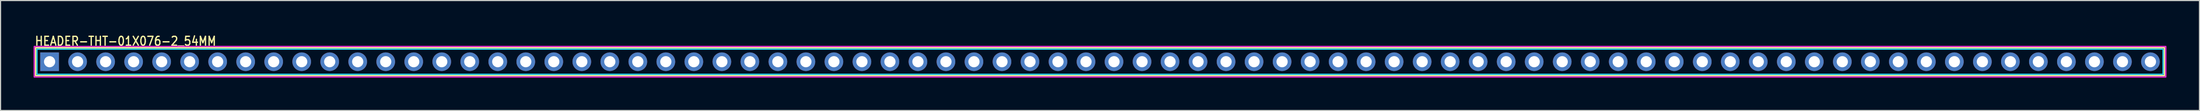
<source format=kicad_pcb>
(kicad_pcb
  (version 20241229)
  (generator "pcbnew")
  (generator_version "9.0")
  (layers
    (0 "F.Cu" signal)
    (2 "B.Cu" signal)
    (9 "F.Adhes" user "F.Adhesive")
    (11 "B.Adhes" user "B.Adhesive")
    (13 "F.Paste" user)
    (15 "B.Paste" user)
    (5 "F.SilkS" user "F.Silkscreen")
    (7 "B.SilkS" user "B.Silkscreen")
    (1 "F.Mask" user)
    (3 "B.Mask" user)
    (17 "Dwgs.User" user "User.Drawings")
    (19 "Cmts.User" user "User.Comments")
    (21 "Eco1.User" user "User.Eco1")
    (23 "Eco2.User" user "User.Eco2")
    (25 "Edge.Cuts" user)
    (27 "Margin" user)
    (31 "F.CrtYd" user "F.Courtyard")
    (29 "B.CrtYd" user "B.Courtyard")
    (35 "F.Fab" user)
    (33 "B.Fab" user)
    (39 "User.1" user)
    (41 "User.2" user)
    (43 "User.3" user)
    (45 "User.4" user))
  (footprint "HEADER-THT-01X076-2_54MM"
    (layer "F.Cu")
    (at 1.447 2.579)
    (property "Reference" "HEADER-THT-01X076-2_54MM" (at -1.4 -1.4 0) (unlocked yes) (layer "F.SilkS") (effects (font (size 0.813 0.695) (thickness 0.122)) (justify left bottom)))
    (fp_line (start -1.27 -1.27) (end -1.27 1.27) (stroke (width 0.127) (type solid)) (layer "F.SilkS"))
    (fp_line (start -1.27 1.27) (end 191.77 1.27) (stroke (width 0.127) (type solid)) (layer "F.SilkS"))
    (fp_line (start 191.77 -1.27) (end -1.27 -1.27) (stroke (width 0.127) (type solid)) (layer "F.SilkS"))
    (fp_line (start 191.77 1.27) (end 191.77 -1.27) (stroke (width 0.127) (type solid)) (layer "F.SilkS"))
    (fp_poly (pts (xy -1.143 -1.143) (xy 191.643 -1.143) (xy 191.643 1.143) (xy -1.143 1.143)) (stroke (width 0.1) (type solid)) (fill no) (layer "B.CrtYd"))
    (fp_poly (pts (xy -1.397 -1.397) (xy 191.897 -1.397) (xy 191.897 1.397) (xy -1.397 1.397)) (stroke (width 0.1) (type solid)) (fill no) (layer "F.CrtYd"))
    (pad "P$1" thru_hole rect (at 0 0) (size 1.693 1.693) (drill 1.016) (layers "*.Cu" "*.Mask"))
    (pad "P$2" thru_hole oval (at 2.54 0) (size 1.693 1.693) (drill 1.016) (layers "*.Cu" "*.Mask"))
    (pad "P$3" thru_hole oval (at 5.08 0) (size 1.693 1.693) (drill 1.016) (layers "*.Cu" "*.Mask"))
    (pad "P$4" thru_hole oval (at 7.62 0) (size 1.693 1.693) (drill 1.016) (layers "*.Cu" "*.Mask"))
    (pad "P$5" thru_hole oval (at 10.16 0) (size 1.693 1.693) (drill 1.016) (layers "*.Cu" "*.Mask"))
    (pad "P$6" thru_hole oval (at 12.7 0) (size 1.693 1.693) (drill 1.016) (layers "*.Cu" "*.Mask"))
    (pad "P$7" thru_hole oval (at 15.24 0) (size 1.693 1.693) (drill 1.016) (layers "*.Cu" "*.Mask"))
    (pad "P$8" thru_hole oval (at 17.78 0) (size 1.693 1.693) (drill 1.016) (layers "*.Cu" "*.Mask"))
    (pad "P$9" thru_hole oval (at 20.32 0) (size 1.693 1.693) (drill 1.016) (layers "*.Cu" "*.Mask"))
    (pad "P$10" thru_hole oval (at 22.86 0) (size 1.693 1.693) (drill 1.016) (layers "*.Cu" "*.Mask"))
    (pad "P$11" thru_hole oval (at 25.4 0) (size 1.693 1.693) (drill 1.016) (layers "*.Cu" "*.Mask"))
    (pad "P$12" thru_hole oval (at 27.94 0) (size 1.693 1.693) (drill 1.016) (layers "*.Cu" "*.Mask"))
    (pad "P$13" thru_hole oval (at 30.48 0) (size 1.693 1.693) (drill 1.016) (layers "*.Cu" "*.Mask"))
    (pad "P$14" thru_hole oval (at 33.02 0) (size 1.693 1.693) (drill 1.016) (layers "*.Cu" "*.Mask"))
    (pad "P$15" thru_hole oval (at 35.56 0) (size 1.693 1.693) (drill 1.016) (layers "*.Cu" "*.Mask"))
    (pad "P$16" thru_hole oval (at 38.1 0) (size 1.693 1.693) (drill 1.016) (layers "*.Cu" "*.Mask"))
    (pad "P$17" thru_hole oval (at 40.64 0) (size 1.693 1.693) (drill 1.016) (layers "*.Cu" "*.Mask"))
    (pad "P$18" thru_hole oval (at 43.18 0) (size 1.693 1.693) (drill 1.016) (layers "*.Cu" "*.Mask"))
    (pad "P$19" thru_hole oval (at 45.72 0) (size 1.693 1.693) (drill 1.016) (layers "*.Cu" "*.Mask"))
    (pad "P$20" thru_hole oval (at 48.26 0) (size 1.693 1.693) (drill 1.016) (layers "*.Cu" "*.Mask"))
    (pad "P$21" thru_hole oval (at 50.8 0) (size 1.693 1.693) (drill 1.016) (layers "*.Cu" "*.Mask"))
    (pad "P$22" thru_hole oval (at 53.34 0) (size 1.693 1.693) (drill 1.016) (layers "*.Cu" "*.Mask"))
    (pad "P$23" thru_hole oval (at 55.88 0) (size 1.693 1.693) (drill 1.016) (layers "*.Cu" "*.Mask"))
    (pad "P$24" thru_hole oval (at 58.42 0) (size 1.693 1.693) (drill 1.016) (layers "*.Cu" "*.Mask"))
    (pad "P$25" thru_hole oval (at 60.96 0) (size 1.693 1.693) (drill 1.016) (layers "*.Cu" "*.Mask"))
    (pad "P$26" thru_hole oval (at 63.5 0) (size 1.693 1.693) (drill 1.016) (layers "*.Cu" "*.Mask"))
    (pad "P$27" thru_hole oval (at 66.04 0) (size 1.693 1.693) (drill 1.016) (layers "*.Cu" "*.Mask"))
    (pad "P$28" thru_hole oval (at 68.58 0) (size 1.693 1.693) (drill 1.016) (layers "*.Cu" "*.Mask"))
    (pad "P$29" thru_hole oval (at 71.12 0) (size 1.693 1.693) (drill 1.016) (layers "*.Cu" "*.Mask"))
    (pad "P$30" thru_hole oval (at 73.66 0) (size 1.693 1.693) (drill 1.016) (layers "*.Cu" "*.Mask"))
    (pad "P$31" thru_hole oval (at 76.2 0) (size 1.693 1.693) (drill 1.016) (layers "*.Cu" "*.Mask"))
    (pad "P$32" thru_hole oval (at 78.74 0) (size 1.693 1.693) (drill 1.016) (layers "*.Cu" "*.Mask"))
    (pad "P$33" thru_hole oval (at 81.28 0) (size 1.693 1.693) (drill 1.016) (layers "*.Cu" "*.Mask"))
    (pad "P$34" thru_hole oval (at 83.82 0) (size 1.693 1.693) (drill 1.016) (layers "*.Cu" "*.Mask"))
    (pad "P$35" thru_hole oval (at 86.36 0) (size 1.693 1.693) (drill 1.016) (layers "*.Cu" "*.Mask"))
    (pad "P$36" thru_hole oval (at 88.9 0) (size 1.693 1.693) (drill 1.016) (layers "*.Cu" "*.Mask"))
    (pad "P$37" thru_hole oval (at 91.44 0) (size 1.693 1.693) (drill 1.016) (layers "*.Cu" "*.Mask"))
    (pad "P$38" thru_hole oval (at 93.98 0) (size 1.693 1.693) (drill 1.016) (layers "*.Cu" "*.Mask"))
    (pad "P$39" thru_hole oval (at 96.52 0) (size 1.693 1.693) (drill 1.016) (layers "*.Cu" "*.Mask"))
    (pad "P$40" thru_hole oval (at 99.06 0) (size 1.693 1.693) (drill 1.016) (layers "*.Cu" "*.Mask"))
    (pad "P$41" thru_hole oval (at 101.6 0) (size 1.693 1.693) (drill 1.016) (layers "*.Cu" "*.Mask"))
    (pad "P$42" thru_hole oval (at 104.14 0) (size 1.693 1.693) (drill 1.016) (layers "*.Cu" "*.Mask"))
    (pad "P$43" thru_hole oval (at 106.68 0) (size 1.693 1.693) (drill 1.016) (layers "*.Cu" "*.Mask"))
    (pad "P$44" thru_hole oval (at 109.22 0) (size 1.693 1.693) (drill 1.016) (layers "*.Cu" "*.Mask"))
    (pad "P$45" thru_hole oval (at 111.76 0) (size 1.693 1.693) (drill 1.016) (layers "*.Cu" "*.Mask"))
    (pad "P$46" thru_hole oval (at 114.3 0) (size 1.693 1.693) (drill 1.016) (layers "*.Cu" "*.Mask"))
    (pad "P$47" thru_hole oval (at 116.84 0) (size 1.693 1.693) (drill 1.016) (layers "*.Cu" "*.Mask"))
    (pad "P$48" thru_hole oval (at 119.38 0) (size 1.693 1.693) (drill 1.016) (layers "*.Cu" "*.Mask"))
    (pad "P$49" thru_hole oval (at 121.92 0) (size 1.693 1.693) (drill 1.016) (layers "*.Cu" "*.Mask"))
    (pad "P$50" thru_hole oval (at 124.46 0) (size 1.693 1.693) (drill 1.016) (layers "*.Cu" "*.Mask"))
    (pad "P$51" thru_hole oval (at 127 0) (size 1.693 1.693) (drill 1.016) (layers "*.Cu" "*.Mask"))
    (pad "P$52" thru_hole oval (at 129.54 0) (size 1.693 1.693) (drill 1.016) (layers "*.Cu" "*.Mask"))
    (pad "P$53" thru_hole oval (at 132.08 0) (size 1.693 1.693) (drill 1.016) (layers "*.Cu" "*.Mask"))
    (pad "P$54" thru_hole oval (at 134.62 0) (size 1.693 1.693) (drill 1.016) (layers "*.Cu" "*.Mask"))
    (pad "P$55" thru_hole oval (at 137.16 0) (size 1.693 1.693) (drill 1.016) (layers "*.Cu" "*.Mask"))
    (pad "P$56" thru_hole oval (at 139.7 0) (size 1.693 1.693) (drill 1.016) (layers "*.Cu" "*.Mask"))
    (pad "P$57" thru_hole oval (at 142.24 0) (size 1.693 1.693) (drill 1.016) (layers "*.Cu" "*.Mask"))
    (pad "P$58" thru_hole oval (at 144.78 0) (size 1.693 1.693) (drill 1.016) (layers "*.Cu" "*.Mask"))
    (pad "P$59" thru_hole oval (at 147.32 0) (size 1.693 1.693) (drill 1.016) (layers "*.Cu" "*.Mask"))
    (pad "P$60" thru_hole oval (at 149.86 0) (size 1.693 1.693) (drill 1.016) (layers "*.Cu" "*.Mask"))
    (pad "P$61" thru_hole oval (at 152.4 0) (size 1.693 1.693) (drill 1.016) (layers "*.Cu" "*.Mask"))
    (pad "P$62" thru_hole oval (at 154.94 0) (size 1.693 1.693) (drill 1.016) (layers "*.Cu" "*.Mask"))
    (pad "P$63" thru_hole oval (at 157.48 0) (size 1.693 1.693) (drill 1.016) (layers "*.Cu" "*.Mask"))
    (pad "P$64" thru_hole oval (at 160.02 0) (size 1.693 1.693) (drill 1.016) (layers "*.Cu" "*.Mask"))
    (pad "P$65" thru_hole oval (at 162.56 0) (size 1.693 1.693) (drill 1.016) (layers "*.Cu" "*.Mask"))
    (pad "P$66" thru_hole oval (at 165.1 0) (size 1.693 1.693) (drill 1.016) (layers "*.Cu" "*.Mask"))
    (pad "P$67" thru_hole oval (at 167.64 0) (size 1.693 1.693) (drill 1.016) (layers "*.Cu" "*.Mask"))
    (pad "P$68" thru_hole oval (at 170.18 0) (size 1.693 1.693) (drill 1.016) (layers "*.Cu" "*.Mask"))
    (pad "P$69" thru_hole oval (at 172.72 0) (size 1.693 1.693) (drill 1.016) (layers "*.Cu" "*.Mask"))
    (pad "P$70" thru_hole oval (at 175.26 0) (size 1.693 1.693) (drill 1.016) (layers "*.Cu" "*.Mask"))
    (pad "P$71" thru_hole oval (at 177.8 0) (size 1.693 1.693) (drill 1.016) (layers "*.Cu" "*.Mask"))
    (pad "P$72" thru_hole oval (at 180.34 0) (size 1.693 1.693) (drill 1.016) (layers "*.Cu" "*.Mask"))
    (pad "P$73" thru_hole oval (at 182.88 0) (size 1.693 1.693) (drill 1.016) (layers "*.Cu" "*.Mask"))
    (pad "P$74" thru_hole oval (at 185.42 0) (size 1.693 1.693) (drill 1.016) (layers "*.Cu" "*.Mask"))
    (pad "P$75" thru_hole oval (at 187.96 0) (size 1.693 1.693) (drill 1.016) (layers "*.Cu" "*.Mask"))
    (pad "P$76" thru_hole oval (at 190.5 0) (size 1.693 1.693) (drill 1.016) (layers "*.Cu" "*.Mask")))
  (gr_rect
    (start -3 -3)
    (end 196.394 7.026)
    (stroke (width 0.1) (type default))
    (fill no)
    (layer "Edge.Cuts")))
</source>
